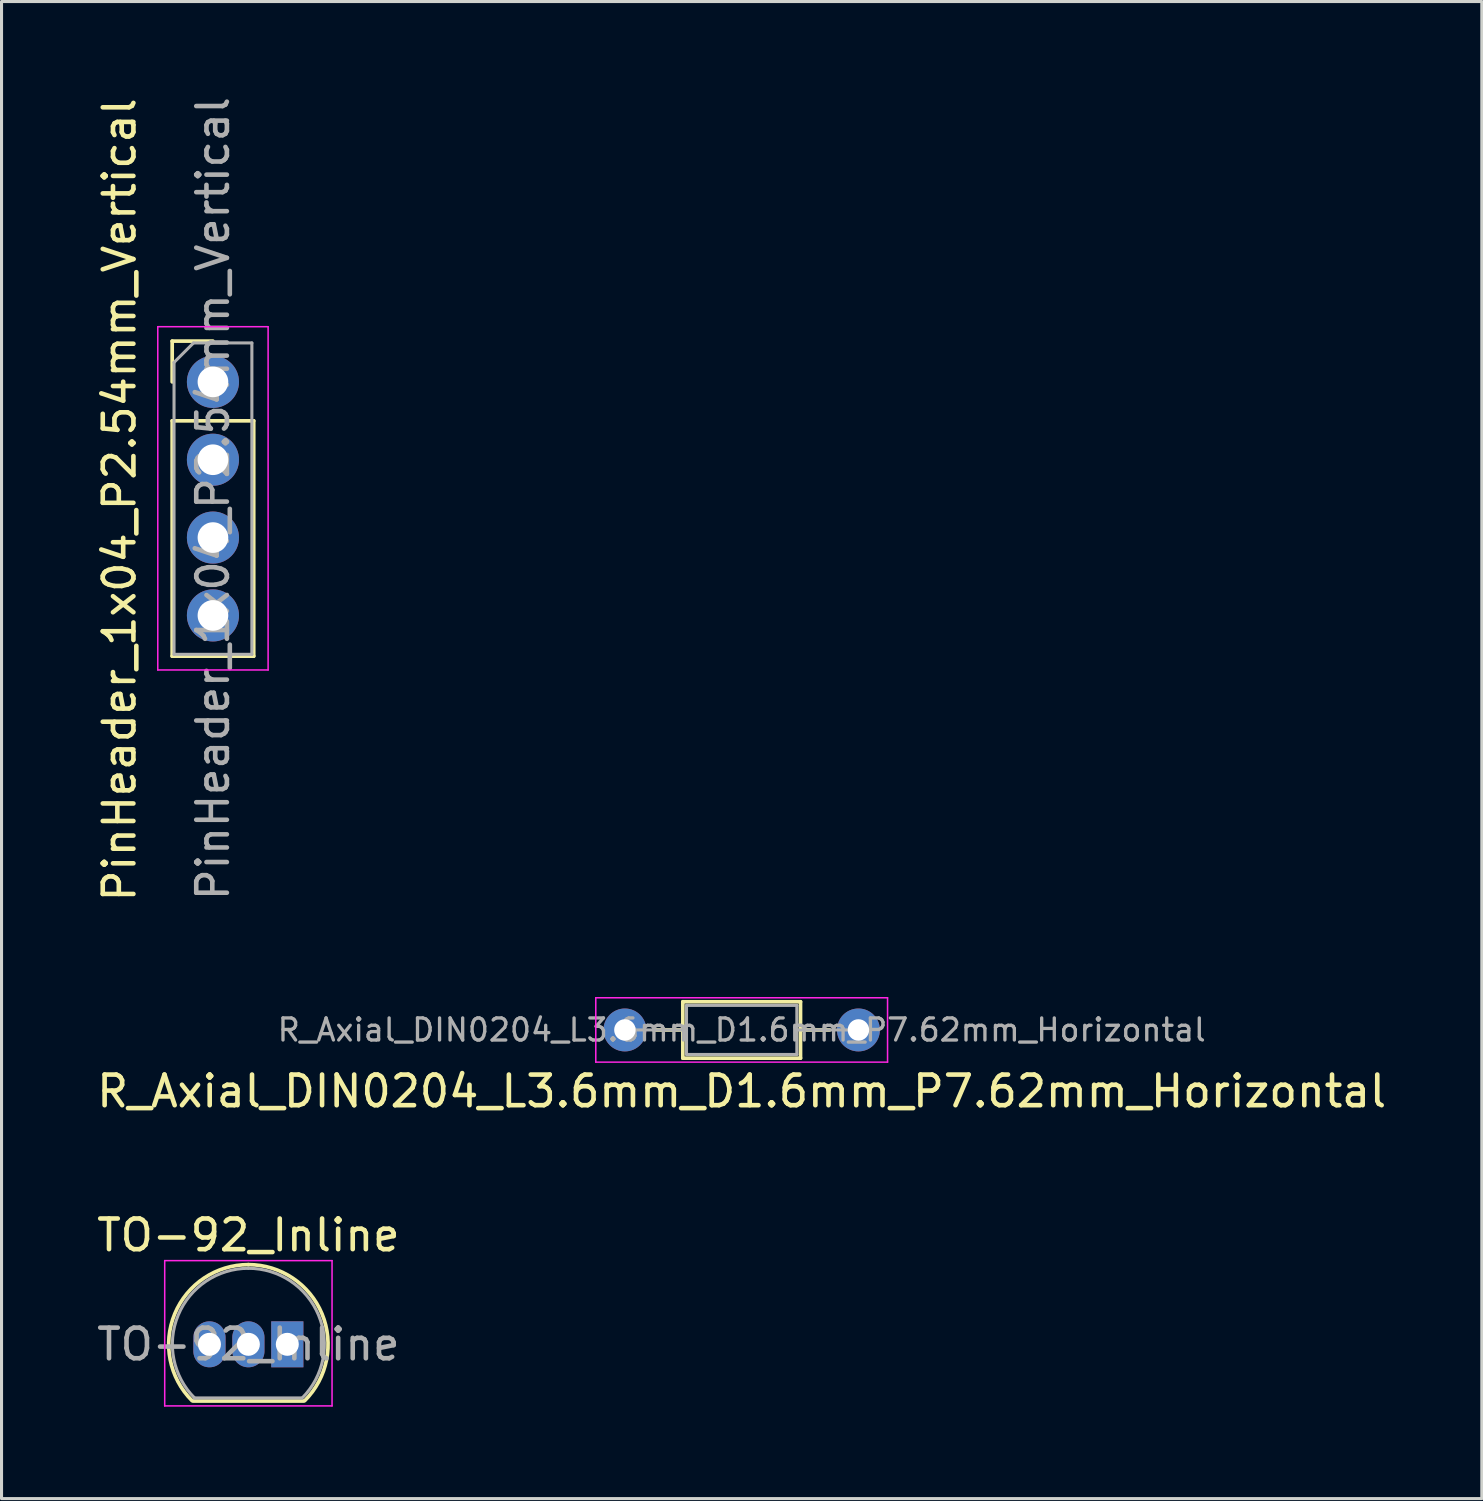
<source format=kicad_pcb>
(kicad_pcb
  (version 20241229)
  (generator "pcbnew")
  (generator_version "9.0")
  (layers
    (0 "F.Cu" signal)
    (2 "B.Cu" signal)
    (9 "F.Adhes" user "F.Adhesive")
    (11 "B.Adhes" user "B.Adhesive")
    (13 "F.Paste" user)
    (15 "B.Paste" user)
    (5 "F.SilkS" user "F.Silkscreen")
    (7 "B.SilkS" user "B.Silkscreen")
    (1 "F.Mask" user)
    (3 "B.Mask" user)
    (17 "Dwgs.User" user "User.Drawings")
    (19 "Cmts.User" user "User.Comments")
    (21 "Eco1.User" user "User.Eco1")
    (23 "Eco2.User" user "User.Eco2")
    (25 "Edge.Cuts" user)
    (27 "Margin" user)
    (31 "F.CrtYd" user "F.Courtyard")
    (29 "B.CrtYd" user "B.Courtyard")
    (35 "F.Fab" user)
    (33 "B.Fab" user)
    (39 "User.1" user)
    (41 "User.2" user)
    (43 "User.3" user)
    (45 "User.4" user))
  (footprint "TO-92_Inline"
    (layer "F.Cu")
    (at 3.784 40.812)
    (property "Reference" "TO-92_Inline" (at 1.27 -3.56 0) (layer "F.SilkS") (effects (font (size 1 1) (thickness 0.15))))
    (attr through_hole)
    (fp_line (start -0.53 1.85) (end 3.07 1.85) (stroke (width 0.12) (type solid)) (layer "F.SilkS"))
    (fp_arc (start -0.568478 1.838478) (mid -1.132087 -0.994977) (end 1.27 -2.6) (stroke (width 0.12) (type solid)) (layer "F.SilkS"))
    (fp_arc (start 1.27 -2.6) (mid 3.672087 -0.994977) (end 3.108478 1.838478) (stroke (width 0.12) (type solid)) (layer "F.SilkS"))
    (fp_line (start -1.46 -2.73) (end -1.46 2.01) (stroke (width 0.05) (type solid)) (layer "F.CrtYd"))
    (fp_line (start -1.46 -2.73) (end 4 -2.73) (stroke (width 0.05) (type solid)) (layer "F.CrtYd"))
    (fp_line (start 4 2.01) (end -1.46 2.01) (stroke (width 0.05) (type solid)) (layer "F.CrtYd"))
    (fp_line (start 4 2.01) (end 4 -2.73) (stroke (width 0.05) (type solid)) (layer "F.CrtYd"))
    (fp_line (start -0.5 1.75) (end 3 1.75) (stroke (width 0.1) (type solid)) (layer "F.Fab"))
    (fp_arc (start -0.483625 1.753625) (mid -1.021221 -0.949055) (end 1.27 -2.48) (stroke (width 0.1) (type solid)) (layer "F.Fab"))
    (fp_arc (start 1.27 -2.48) (mid 3.561221 -0.949055) (end 3.023625 1.753625) (stroke (width 0.1) (type solid)) (layer "F.Fab"))
    (fp_text user "${REFERENCE}" (at 1.27 0 0) (layer "F.Fab") (effects (font (size 1 1) (thickness 0.15))))
    (pad "1" thru_hole oval (at 0 0) (size 1.05 1.5) (drill 0.75) (layers "*.Cu" "*.Mask"))
    (pad "2" thru_hole oval (at 1.27 0) (size 1.05 1.5) (drill 0.75) (layers "*.Cu" "*.Mask"))
    (pad "3" thru_hole rect (at 2.54 0) (size 1.05 1.5) (drill 0.75) (layers "*.Cu" "*.Mask")))
  (footprint "PinHeader_1x04_P2.54mm_Vertical"
    (layer "F.Cu")
    (at 3.898 9.41)
    (property "Reference" "PinHeader_1x04_P2.54mm_Vertical" (at -3.05 3.85 90) (layer "F.SilkS") (effects (font (size 1 1) (thickness 0.15))))
    (attr through_hole)
    (fp_line (start -1.33 -1.33) (end 0 -1.33) (stroke (width 0.12) (type solid)) (layer "F.SilkS"))
    (fp_line (start -1.33 0) (end -1.33 -1.33) (stroke (width 0.12) (type solid)) (layer "F.SilkS"))
    (fp_line (start -1.33 1.27) (end -1.33 8.95) (stroke (width 0.12) (type solid)) (layer "F.SilkS"))
    (fp_line (start -1.33 1.27) (end 1.33 1.27) (stroke (width 0.12) (type solid)) (layer "F.SilkS"))
    (fp_line (start -1.33 8.95) (end 1.33 8.95) (stroke (width 0.12) (type solid)) (layer "F.SilkS"))
    (fp_line (start 1.33 1.27) (end 1.33 8.95) (stroke (width 0.12) (type solid)) (layer "F.SilkS"))
    (fp_line (start -1.8 -1.8) (end -1.8 9.4) (stroke (width 0.05) (type solid)) (layer "F.CrtYd"))
    (fp_line (start -1.8 9.4) (end 1.8 9.4) (stroke (width 0.05) (type solid)) (layer "F.CrtYd"))
    (fp_line (start 1.8 -1.8) (end -1.8 -1.8) (stroke (width 0.05) (type solid)) (layer "F.CrtYd"))
    (fp_line (start 1.8 9.4) (end 1.8 -1.8) (stroke (width 0.05) (type solid)) (layer "F.CrtYd"))
    (fp_line (start -1.27 -0.635) (end -0.635 -1.27) (stroke (width 0.1) (type solid)) (layer "F.Fab"))
    (fp_line (start -1.27 8.89) (end -1.27 -0.635) (stroke (width 0.1) (type solid)) (layer "F.Fab"))
    (fp_line (start -0.635 -1.27) (end 1.27 -1.27) (stroke (width 0.1) (type solid)) (layer "F.Fab"))
    (fp_line (start 1.27 -1.27) (end 1.27 8.89) (stroke (width 0.1) (type solid)) (layer "F.Fab"))
    (fp_line (start 1.27 8.89) (end -1.27 8.89) (stroke (width 0.1) (type solid)) (layer "F.Fab"))
    (fp_text user "${REFERENCE}" (at 0 3.81 90) (layer "F.Fab") (effects (font (size 1 1) (thickness 0.15))))
    (pad "1" thru_hole circle (at 0 0) (size 1.7 1.7) (drill 1) (layers "*.Cu" "*.Mask"))
    (pad "2" thru_hole oval (at 0 2.54) (size 1.7 1.7) (drill 1) (layers "*.Cu" "*.Mask"))
    (pad "3" thru_hole oval (at 0 5.08) (size 1.7 1.7) (drill 1) (layers "*.Cu" "*.Mask"))
    (pad "4" thru_hole oval (at 0 7.62) (size 1.7 1.7) (drill 1) (layers "*.Cu" "*.Mask")))
  (footprint "R_Axial_DIN0204_L3.6mm_D1.6mm_P7.62mm_Horizontal"
    (layer "F.Cu")
    (at 17.339 30.555)
    (property "Reference" "R_Axial_DIN0204_L3.6mm_D1.6mm_P7.62mm_Horizontal" (at 3.81 2 0) (layer "F.SilkS") (effects (font (size 1 1) (thickness 0.15))))
    (attr through_hole)
    (fp_line (start 0.94 0) (end 1.89 0) (stroke (width 0.12) (type solid)) (layer "F.SilkS"))
    (fp_line (start 1.89 -0.92) (end 1.89 0.92) (stroke (width 0.12) (type solid)) (layer "F.SilkS"))
    (fp_line (start 1.89 0.92) (end 5.73 0.92) (stroke (width 0.12) (type solid)) (layer "F.SilkS"))
    (fp_line (start 5.73 -0.92) (end 1.89 -0.92) (stroke (width 0.12) (type solid)) (layer "F.SilkS"))
    (fp_line (start 5.73 0.92) (end 5.73 -0.92) (stroke (width 0.12) (type solid)) (layer "F.SilkS"))
    (fp_line (start 6.68 0) (end 5.73 0) (stroke (width 0.12) (type solid)) (layer "F.SilkS"))
    (fp_line (start -0.95 -1.05) (end -0.95 1.05) (stroke (width 0.05) (type solid)) (layer "F.CrtYd"))
    (fp_line (start -0.95 1.05) (end 8.57 1.05) (stroke (width 0.05) (type solid)) (layer "F.CrtYd"))
    (fp_line (start 8.57 -1.05) (end -0.95 -1.05) (stroke (width 0.05) (type solid)) (layer "F.CrtYd"))
    (fp_line (start 8.57 1.05) (end 8.57 -1.05) (stroke (width 0.05) (type solid)) (layer "F.CrtYd"))
    (fp_line (start 0 0) (end 2.01 0) (stroke (width 0.1) (type solid)) (layer "F.Fab"))
    (fp_line (start 2.01 -0.8) (end 2.01 0.8) (stroke (width 0.1) (type solid)) (layer "F.Fab"))
    (fp_line (start 2.01 0.8) (end 5.61 0.8) (stroke (width 0.1) (type solid)) (layer "F.Fab"))
    (fp_line (start 5.61 -0.8) (end 2.01 -0.8) (stroke (width 0.1) (type solid)) (layer "F.Fab"))
    (fp_line (start 5.61 0.8) (end 5.61 -0.8) (stroke (width 0.1) (type solid)) (layer "F.Fab"))
    (fp_line (start 7.62 0) (end 5.61 0) (stroke (width 0.1) (type solid)) (layer "F.Fab"))
    (fp_text user "${REFERENCE}" (at 3.81 0 0) (layer "F.Fab") (effects (font (size 0.72 0.72) (thickness 0.108))))
    (pad "1" thru_hole circle (at 0 0) (size 1.4 1.4) (drill 0.7) (layers "*.Cu" "*.Mask"))
    (pad "2" thru_hole oval (at 7.62 0) (size 1.4 1.4) (drill 0.7) (layers "*.Cu" "*.Mask")))
  (gr_rect
    (start -3 -3)
    (end 45.298 45.847)
    (stroke (width 0.1) (type default))
    (fill no)
    (layer "Edge.Cuts")))
</source>
